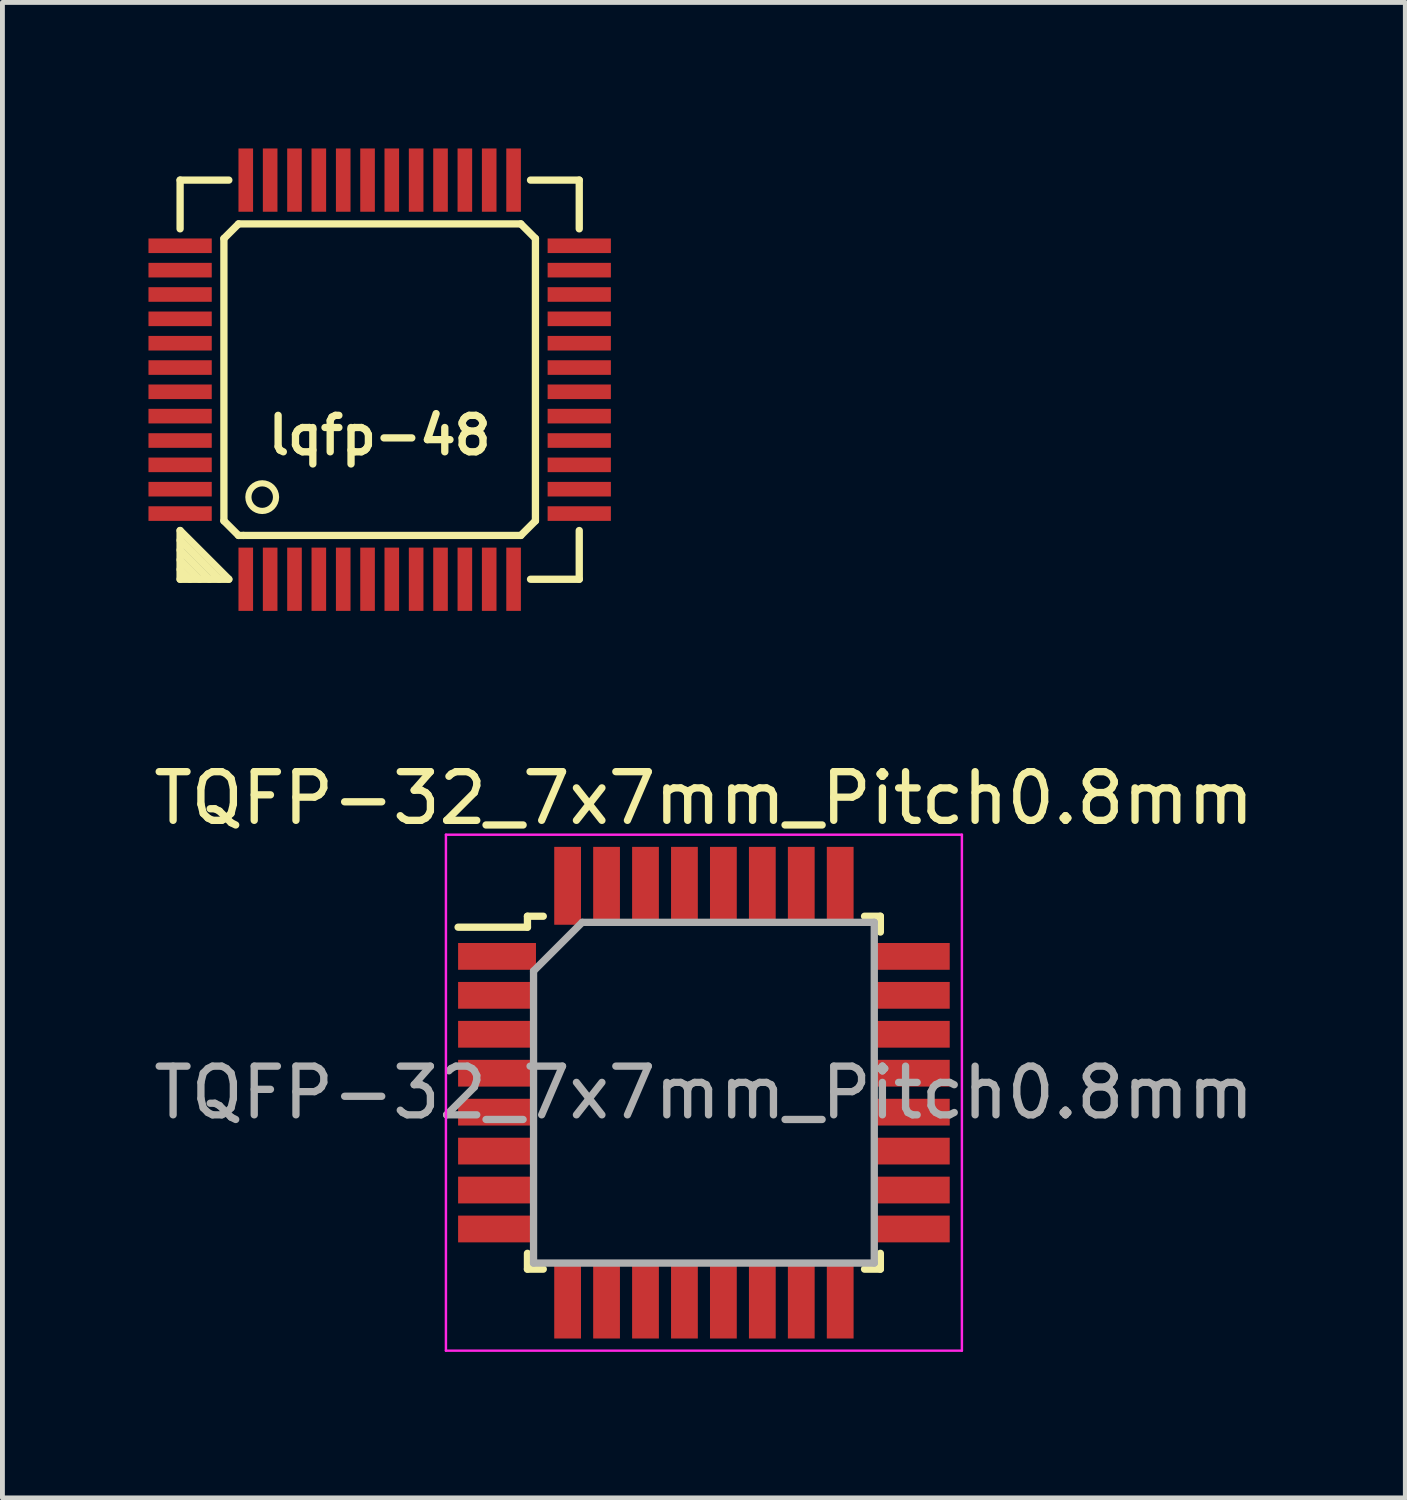
<source format=kicad_pcb>
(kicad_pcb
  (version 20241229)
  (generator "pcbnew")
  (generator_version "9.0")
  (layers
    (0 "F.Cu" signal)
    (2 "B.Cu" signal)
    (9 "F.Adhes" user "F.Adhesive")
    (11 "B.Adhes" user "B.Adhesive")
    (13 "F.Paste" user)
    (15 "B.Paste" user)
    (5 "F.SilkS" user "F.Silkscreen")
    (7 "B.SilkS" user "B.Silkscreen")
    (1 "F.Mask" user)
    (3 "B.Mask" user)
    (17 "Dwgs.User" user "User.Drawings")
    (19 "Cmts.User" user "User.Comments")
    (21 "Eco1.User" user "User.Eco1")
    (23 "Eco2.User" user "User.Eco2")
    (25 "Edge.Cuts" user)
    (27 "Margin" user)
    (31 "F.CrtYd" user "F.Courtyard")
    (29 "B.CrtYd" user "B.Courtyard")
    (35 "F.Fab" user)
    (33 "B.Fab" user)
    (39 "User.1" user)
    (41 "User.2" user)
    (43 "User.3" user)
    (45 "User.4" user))
  (footprint "lqfp-48"
    (layer "F.Cu")
    (at 4.75 4.75)
    (property "Reference" "lqfp-48" (at 0 1.143 0) (layer "F.SilkS") (effects (font (size 0.749 0.749) (thickness 0.15))))
    (attr smd)
    (fp_line (start -4.1 -4.1) (end -3.099 -4.1) (stroke (width 0.15) (type solid)) (layer "F.SilkS"))
    (fp_line (start -4.1 -3.099) (end -4.1 -4.1) (stroke (width 0.15) (type solid)) (layer "F.SilkS"))
    (fp_line (start -4.1 3.099) (end -3.099 4.1) (stroke (width 0.15) (type solid)) (layer "F.SilkS"))
    (fp_line (start -4.1 3.5) (end -3.5 4.1) (stroke (width 0.15) (type solid)) (layer "F.SilkS"))
    (fp_line (start -4.1 3.899) (end -3.899 4.1) (stroke (width 0.15) (type solid)) (layer "F.SilkS"))
    (fp_line (start -4.1 4.1) (end -4.1 3.099) (stroke (width 0.15) (type solid)) (layer "F.SilkS"))
    (fp_line (start -3.701 4.1) (end -4.1 3.701) (stroke (width 0.15) (type solid)) (layer "F.SilkS"))
    (fp_line (start -3.299 4.1) (end -4.1 3.299) (stroke (width 0.15) (type solid)) (layer "F.SilkS"))
    (fp_line (start -3.2 -2.9) (end -2.9 -3.2) (stroke (width 0.15) (type solid)) (layer "F.SilkS"))
    (fp_line (start -3.2 2.9) (end -3.2 -2.9) (stroke (width 0.15) (type solid)) (layer "F.SilkS"))
    (fp_line (start -3.099 4.1) (end -4.1 4.1) (stroke (width 0.15) (type solid)) (layer "F.SilkS"))
    (fp_line (start -2.9 -3.2) (end 2.9 -3.2) (stroke (width 0.15) (type solid)) (layer "F.SilkS"))
    (fp_line (start -2.9 3.2) (end -3.2 2.9) (stroke (width 0.15) (type solid)) (layer "F.SilkS"))
    (fp_line (start -2.8 3.2) (end -2.9 3.2) (stroke (width 0.15) (type solid)) (layer "F.SilkS"))
    (fp_line (start 2.9 -3.2) (end 3.2 -2.9) (stroke (width 0.15) (type solid)) (layer "F.SilkS"))
    (fp_line (start 2.9 3.2) (end -2.8 3.2) (stroke (width 0.15) (type solid)) (layer "F.SilkS"))
    (fp_line (start 3.099 -4.1) (end 4.1 -4.1) (stroke (width 0.15) (type solid)) (layer "F.SilkS"))
    (fp_line (start 3.2 -2.9) (end 3.2 2.9) (stroke (width 0.15) (type solid)) (layer "F.SilkS"))
    (fp_line (start 3.2 2.9) (end 2.9 3.2) (stroke (width 0.15) (type solid)) (layer "F.SilkS"))
    (fp_line (start 4.1 -4.1) (end 4.1 -3.099) (stroke (width 0.15) (type solid)) (layer "F.SilkS"))
    (fp_line (start 4.1 3.099) (end 4.1 4.1) (stroke (width 0.15) (type solid)) (layer "F.SilkS"))
    (fp_line (start 4.1 4.1) (end 3.099 4.1) (stroke (width 0.15) (type solid)) (layer "F.SilkS"))
    (fp_circle (center -2.413 2.413) (end -2.667 2.54) (stroke (width 0.127) (type solid)) (fill no) (layer "F.SilkS"))
    (pad "1" smd rect (at -2.751 4.1) (size 0.3 1.3) (layers "F.Cu" "F.Mask" "F.Paste"))
    (pad "2" smd rect (at -2.25 4.1) (size 0.3 1.3) (layers "F.Cu" "F.Mask" "F.Paste"))
    (pad "3" smd rect (at -1.75 4.1) (size 0.3 1.3) (layers "F.Cu" "F.Mask" "F.Paste"))
    (pad "4" smd rect (at -1.25 4.1) (size 0.3 1.3) (layers "F.Cu" "F.Mask" "F.Paste"))
    (pad "5" smd rect (at -0.749 4.1) (size 0.3 1.3) (layers "F.Cu" "F.Mask" "F.Paste"))
    (pad "6" smd rect (at -0.249 4.1) (size 0.3 1.3) (layers "F.Cu" "F.Mask" "F.Paste"))
    (pad "7" smd rect (at 0.249 4.1) (size 0.3 1.3) (layers "F.Cu" "F.Mask" "F.Paste"))
    (pad "8" smd rect (at 0.749 4.1) (size 0.3 1.3) (layers "F.Cu" "F.Mask" "F.Paste"))
    (pad "9" smd rect (at 1.25 4.1) (size 0.3 1.3) (layers "F.Cu" "F.Mask" "F.Paste"))
    (pad "10" smd rect (at 1.75 4.1) (size 0.3 1.3) (layers "F.Cu" "F.Mask" "F.Paste"))
    (pad "11" smd rect (at 2.25 4.1) (size 0.3 1.3) (layers "F.Cu" "F.Mask" "F.Paste"))
    (pad "12" smd rect (at 2.751 4.1) (size 0.3 1.3) (layers "F.Cu" "F.Mask" "F.Paste"))
    (pad "13" smd rect (at 4.1 2.751) (size 1.3 0.3) (layers "F.Cu" "F.Mask" "F.Paste"))
    (pad "14" smd rect (at 4.1 2.25) (size 1.3 0.3) (layers "F.Cu" "F.Mask" "F.Paste"))
    (pad "15" smd rect (at 4.1 1.75) (size 1.3 0.3) (layers "F.Cu" "F.Mask" "F.Paste"))
    (pad "16" smd rect (at 4.1 1.25) (size 1.3 0.3) (layers "F.Cu" "F.Mask" "F.Paste"))
    (pad "17" smd rect (at 4.1 0.749) (size 1.3 0.3) (layers "F.Cu" "F.Mask" "F.Paste"))
    (pad "18" smd rect (at 4.1 0.249) (size 1.3 0.3) (layers "F.Cu" "F.Mask" "F.Paste"))
    (pad "19" smd rect (at 4.1 -0.249) (size 1.3 0.3) (layers "F.Cu" "F.Mask" "F.Paste"))
    (pad "20" smd rect (at 4.1 -0.749) (size 1.3 0.3) (layers "F.Cu" "F.Mask" "F.Paste"))
    (pad "21" smd rect (at 4.1 -1.25) (size 1.3 0.3) (layers "F.Cu" "F.Mask" "F.Paste"))
    (pad "22" smd rect (at 4.1 -1.75) (size 1.3 0.3) (layers "F.Cu" "F.Mask" "F.Paste"))
    (pad "23" smd rect (at 4.1 -2.25) (size 1.3 0.3) (layers "F.Cu" "F.Mask" "F.Paste"))
    (pad "24" smd rect (at 4.1 -2.751) (size 1.3 0.3) (layers "F.Cu" "F.Mask" "F.Paste"))
    (pad "25" smd rect (at 2.751 -4.1) (size 0.3 1.3) (layers "F.Cu" "F.Mask" "F.Paste"))
    (pad "26" smd rect (at 2.25 -4.1) (size 0.3 1.3) (layers "F.Cu" "F.Mask" "F.Paste"))
    (pad "27" smd rect (at 1.75 -4.1) (size 0.3 1.3) (layers "F.Cu" "F.Mask" "F.Paste"))
    (pad "28" smd rect (at 1.25 -4.1) (size 0.3 1.3) (layers "F.Cu" "F.Mask" "F.Paste"))
    (pad "29" smd rect (at 0.749 -4.1) (size 0.3 1.3) (layers "F.Cu" "F.Mask" "F.Paste"))
    (pad "30" smd rect (at 0.249 -4.1) (size 0.3 1.3) (layers "F.Cu" "F.Mask" "F.Paste"))
    (pad "31" smd rect (at -0.249 -4.1) (size 0.3 1.3) (layers "F.Cu" "F.Mask" "F.Paste"))
    (pad "32" smd rect (at -0.749 -4.1) (size 0.3 1.3) (layers "F.Cu" "F.Mask" "F.Paste"))
    (pad "33" smd rect (at -1.25 -4.1) (size 0.3 1.3) (layers "F.Cu" "F.Mask" "F.Paste"))
    (pad "34" smd rect (at -1.75 -4.1) (size 0.3 1.3) (layers "F.Cu" "F.Mask" "F.Paste"))
    (pad "35" smd rect (at -2.25 -4.1) (size 0.3 1.3) (layers "F.Cu" "F.Mask" "F.Paste"))
    (pad "36" smd rect (at -2.751 -4.1) (size 0.3 1.3) (layers "F.Cu" "F.Mask" "F.Paste"))
    (pad "37" smd rect (at -4.1 -2.751) (size 1.3 0.3) (layers "F.Cu" "F.Mask" "F.Paste"))
    (pad "38" smd rect (at -4.1 -2.25) (size 1.3 0.3) (layers "F.Cu" "F.Mask" "F.Paste"))
    (pad "39" smd rect (at -4.1 -1.75) (size 1.3 0.3) (layers "F.Cu" "F.Mask" "F.Paste"))
    (pad "40" smd rect (at -4.1 -1.25) (size 1.3 0.3) (layers "F.Cu" "F.Mask" "F.Paste"))
    (pad "41" smd rect (at -4.1 -0.749) (size 1.3 0.3) (layers "F.Cu" "F.Mask" "F.Paste"))
    (pad "42" smd rect (at -4.1 -0.249) (size 1.3 0.3) (layers "F.Cu" "F.Mask" "F.Paste"))
    (pad "43" smd rect (at -4.1 0.249) (size 1.3 0.3) (layers "F.Cu" "F.Mask" "F.Paste"))
    (pad "44" smd rect (at -4.1 0.749) (size 1.3 0.3) (layers "F.Cu" "F.Mask" "F.Paste"))
    (pad "45" smd rect (at -4.1 1.25) (size 1.3 0.3) (layers "F.Cu" "F.Mask" "F.Paste"))
    (pad "46" smd rect (at -4.1 1.75) (size 1.3 0.3) (layers "F.Cu" "F.Mask" "F.Paste"))
    (pad "47" smd rect (at -4.1 2.25) (size 1.3 0.3) (layers "F.Cu" "F.Mask" "F.Paste"))
    (pad "48" smd rect (at -4.1 2.751) (size 1.3 0.3) (layers "F.Cu" "F.Mask" "F.Paste")))
  (footprint "TQFP-32_7x7mm_Pitch0.8mm"
    (layer "F.Cu")
    (at 11.411 19.398)
    (property "Reference" "TQFP-32_7x7mm_Pitch0.8mm" (at 0 -6.05 0) (layer "F.SilkS") (effects (font (size 1 1) (thickness 0.15))))
    (attr smd)
    (fp_line (start -3.625 -3.625) (end -3.625 -3.4) (stroke (width 0.15) (type solid)) (layer "F.SilkS"))
    (fp_line (start -3.625 -3.625) (end -3.3 -3.625) (stroke (width 0.15) (type solid)) (layer "F.SilkS"))
    (fp_line (start -3.625 -3.4) (end -5.05 -3.4) (stroke (width 0.15) (type solid)) (layer "F.SilkS"))
    (fp_line (start -3.625 3.625) (end -3.625 3.3) (stroke (width 0.15) (type solid)) (layer "F.SilkS"))
    (fp_line (start -3.625 3.625) (end -3.3 3.625) (stroke (width 0.15) (type solid)) (layer "F.SilkS"))
    (fp_line (start 3.625 -3.625) (end 3.3 -3.625) (stroke (width 0.15) (type solid)) (layer "F.SilkS"))
    (fp_line (start 3.625 -3.625) (end 3.625 -3.3) (stroke (width 0.15) (type solid)) (layer "F.SilkS"))
    (fp_line (start 3.625 3.625) (end 3.3 3.625) (stroke (width 0.15) (type solid)) (layer "F.SilkS"))
    (fp_line (start 3.625 3.625) (end 3.625 3.3) (stroke (width 0.15) (type solid)) (layer "F.SilkS"))
    (fp_line (start -5.3 -5.3) (end -5.3 5.3) (stroke (width 0.05) (type solid)) (layer "F.CrtYd"))
    (fp_line (start -5.3 -5.3) (end 5.3 -5.3) (stroke (width 0.05) (type solid)) (layer "F.CrtYd"))
    (fp_line (start -5.3 5.3) (end 5.3 5.3) (stroke (width 0.05) (type solid)) (layer "F.CrtYd"))
    (fp_line (start 5.3 -5.3) (end 5.3 5.3) (stroke (width 0.05) (type solid)) (layer "F.CrtYd"))
    (fp_line (start -3.5 -2.5) (end -2.5 -3.5) (stroke (width 0.15) (type solid)) (layer "F.Fab"))
    (fp_line (start -3.5 3.5) (end -3.5 -2.5) (stroke (width 0.15) (type solid)) (layer "F.Fab"))
    (fp_line (start -2.5 -3.5) (end 3.5 -3.5) (stroke (width 0.15) (type solid)) (layer "F.Fab"))
    (fp_line (start 3.5 -3.5) (end 3.5 3.5) (stroke (width 0.15) (type solid)) (layer "F.Fab"))
    (fp_line (start 3.5 3.5) (end -3.5 3.5) (stroke (width 0.15) (type solid)) (layer "F.Fab"))
    (fp_text user "${REFERENCE}" (at 0 0 0) (layer "F.Fab") (effects (font (size 1 1) (thickness 0.15))))
    (pad "1" smd rect (at -4.25 -2.8) (size 1.6 0.55) (layers "F.Cu" "F.Mask" "F.Paste"))
    (pad "2" smd rect (at -4.25 -2) (size 1.6 0.55) (layers "F.Cu" "F.Mask" "F.Paste"))
    (pad "3" smd rect (at -4.25 -1.2) (size 1.6 0.55) (layers "F.Cu" "F.Mask" "F.Paste"))
    (pad "4" smd rect (at -4.25 -0.4) (size 1.6 0.55) (layers "F.Cu" "F.Mask" "F.Paste"))
    (pad "5" smd rect (at -4.25 0.4) (size 1.6 0.55) (layers "F.Cu" "F.Mask" "F.Paste"))
    (pad "6" smd rect (at -4.25 1.2) (size 1.6 0.55) (layers "F.Cu" "F.Mask" "F.Paste"))
    (pad "7" smd rect (at -4.25 2) (size 1.6 0.55) (layers "F.Cu" "F.Mask" "F.Paste"))
    (pad "8" smd rect (at -4.25 2.8) (size 1.6 0.55) (layers "F.Cu" "F.Mask" "F.Paste"))
    (pad "9" smd rect (at -2.8 4.25 90) (size 1.6 0.55) (layers "F.Cu" "F.Mask" "F.Paste"))
    (pad "10" smd rect (at -2 4.25 90) (size 1.6 0.55) (layers "F.Cu" "F.Mask" "F.Paste"))
    (pad "11" smd rect (at -1.2 4.25 90) (size 1.6 0.55) (layers "F.Cu" "F.Mask" "F.Paste"))
    (pad "12" smd rect (at -0.4 4.25 90) (size 1.6 0.55) (layers "F.Cu" "F.Mask" "F.Paste"))
    (pad "13" smd rect (at 0.4 4.25 90) (size 1.6 0.55) (layers "F.Cu" "F.Mask" "F.Paste"))
    (pad "14" smd rect (at 1.2 4.25 90) (size 1.6 0.55) (layers "F.Cu" "F.Mask" "F.Paste"))
    (pad "15" smd rect (at 2 4.25 90) (size 1.6 0.55) (layers "F.Cu" "F.Mask" "F.Paste"))
    (pad "16" smd rect (at 2.8 4.25 90) (size 1.6 0.55) (layers "F.Cu" "F.Mask" "F.Paste"))
    (pad "17" smd rect (at 4.25 2.8) (size 1.6 0.55) (layers "F.Cu" "F.Mask" "F.Paste"))
    (pad "18" smd rect (at 4.25 2) (size 1.6 0.55) (layers "F.Cu" "F.Mask" "F.Paste"))
    (pad "19" smd rect (at 4.25 1.2) (size 1.6 0.55) (layers "F.Cu" "F.Mask" "F.Paste"))
    (pad "20" smd rect (at 4.25 0.4) (size 1.6 0.55) (layers "F.Cu" "F.Mask" "F.Paste"))
    (pad "21" smd rect (at 4.25 -0.4) (size 1.6 0.55) (layers "F.Cu" "F.Mask" "F.Paste"))
    (pad "22" smd rect (at 4.25 -1.2) (size 1.6 0.55) (layers "F.Cu" "F.Mask" "F.Paste"))
    (pad "23" smd rect (at 4.25 -2) (size 1.6 0.55) (layers "F.Cu" "F.Mask" "F.Paste"))
    (pad "24" smd rect (at 4.25 -2.8) (size 1.6 0.55) (layers "F.Cu" "F.Mask" "F.Paste"))
    (pad "25" smd rect (at 2.8 -4.25 90) (size 1.6 0.55) (layers "F.Cu" "F.Mask" "F.Paste"))
    (pad "26" smd rect (at 2 -4.25 90) (size 1.6 0.55) (layers "F.Cu" "F.Mask" "F.Paste"))
    (pad "27" smd rect (at 1.2 -4.25 90) (size 1.6 0.55) (layers "F.Cu" "F.Mask" "F.Paste"))
    (pad "28" smd rect (at 0.4 -4.25 90) (size 1.6 0.55) (layers "F.Cu" "F.Mask" "F.Paste"))
    (pad "29" smd rect (at -0.4 -4.25 90) (size 1.6 0.55) (layers "F.Cu" "F.Mask" "F.Paste"))
    (pad "30" smd rect (at -1.2 -4.25 90) (size 1.6 0.55) (layers "F.Cu" "F.Mask" "F.Paste"))
    (pad "31" smd rect (at -2 -4.25 90) (size 1.6 0.55) (layers "F.Cu" "F.Mask" "F.Paste"))
    (pad "32" smd rect (at -2.8 -4.25 90) (size 1.6 0.55) (layers "F.Cu" "F.Mask" "F.Paste")))
  (gr_rect
    (start -3 -3)
    (end 25.821 27.723)
    (stroke (width 0.1) (type default))
    (fill no)
    (layer "Edge.Cuts")))
</source>
